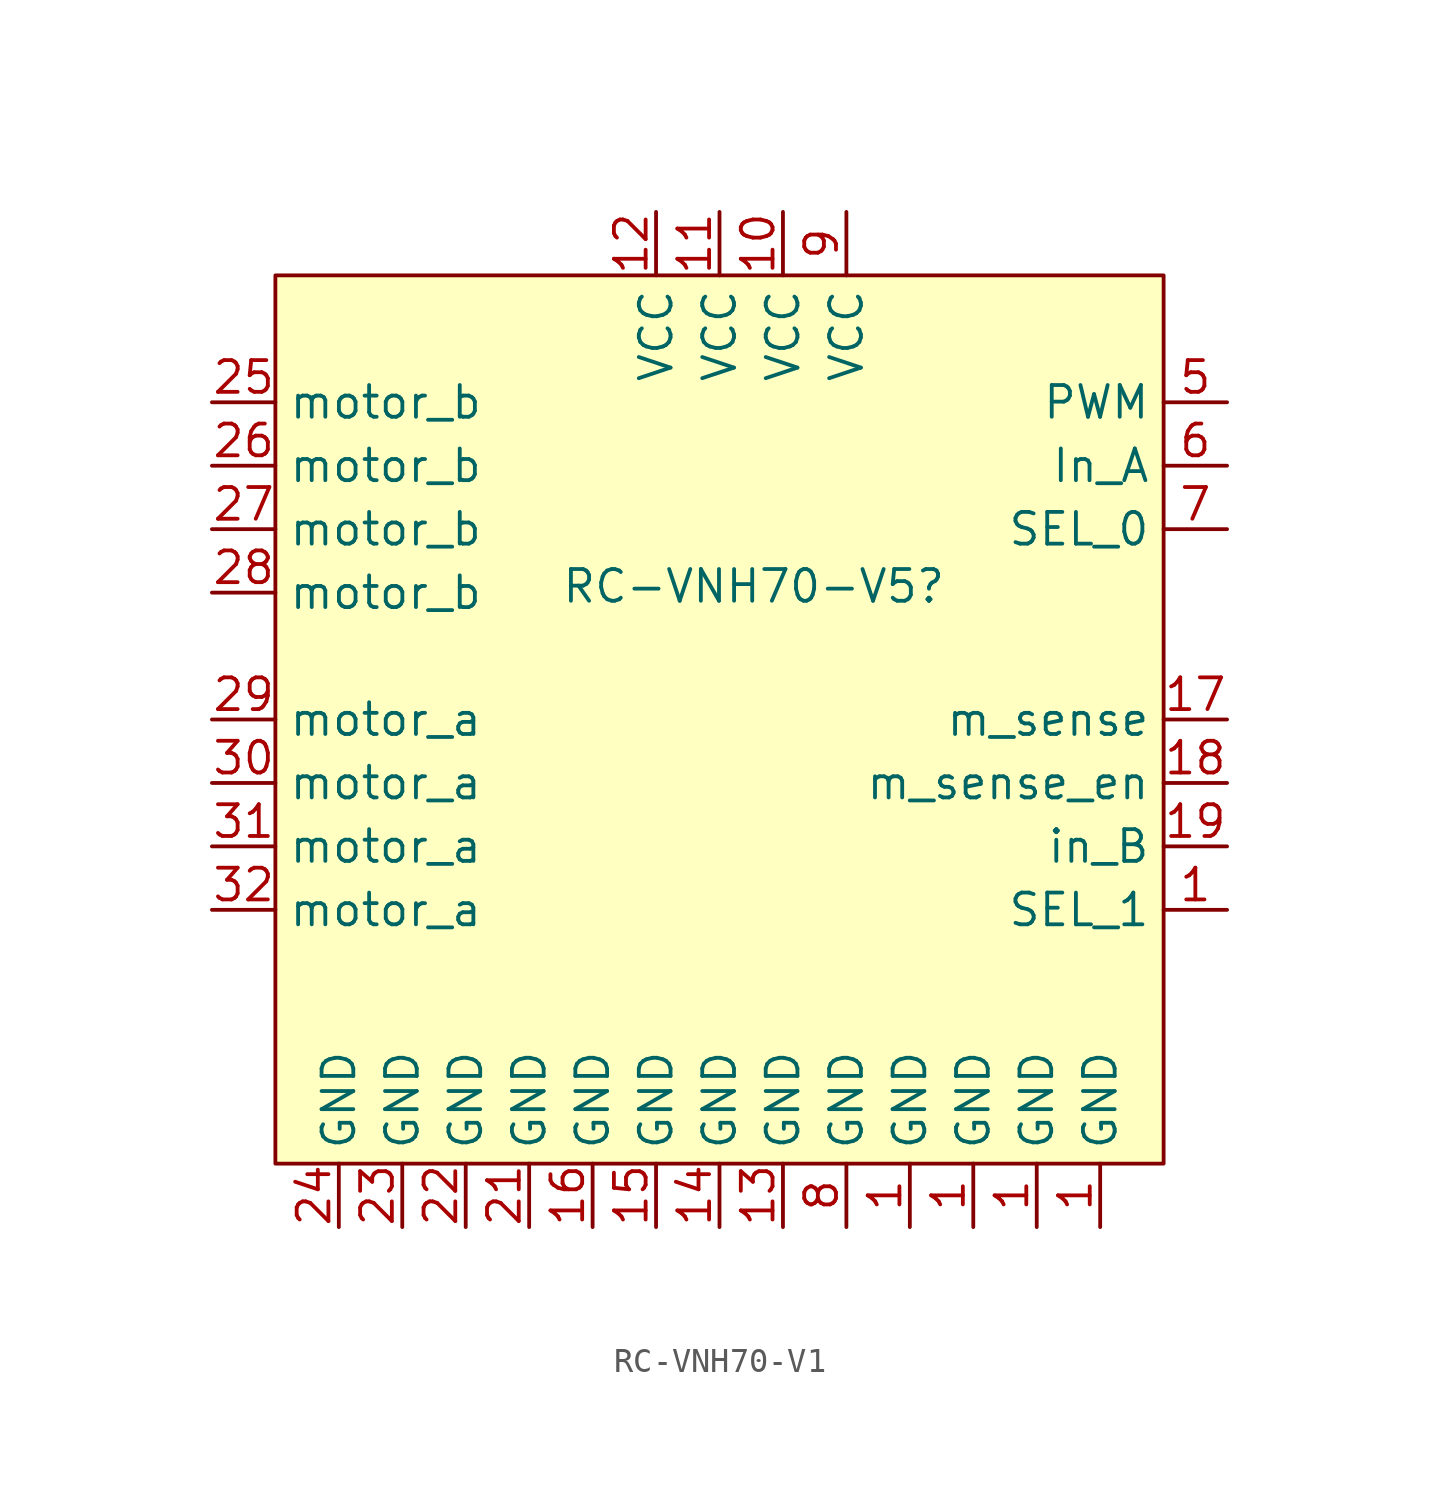
<source format=kicad_sym>
(kicad_symbol_lib
  (version 20241209)
  (generator "kicad_symbol_editor")
  (generator_version "9.0")
  (symbol "RC-VNH70-V1"
    (property "Reference" "RC-VNH70-V5"
      (at -3.81 -4.826 0)
      (effects (font (size 1.27 1.27)) (justify left)))
    (symbol "RC-VNH70-V1_1_1"
      (rectangle (start -15.24 7.62) (end 20.32 -27.94) (stroke (width 0) (type solid)) (fill (type background)))
      (pin unspecified line (at -17.78 2.54 0) (length 2.54) (name "motor_b" (effects (font (size 1.27 1.27)))) (number "25" (effects (font (size 1.27 1.27)))))
      (pin unspecified line (at -17.78 0 0) (length 2.54) (name "motor_b" (effects (font (size 1.27 1.27)))) (number "26" (effects (font (size 1.27 1.27)))))
      (pin unspecified line (at -17.78 -2.54 0) (length 2.54) (name "motor_b" (effects (font (size 1.27 1.27)))) (number "27" (effects (font (size 1.27 1.27)))))
      (pin unspecified line (at -17.78 -5.08 0) (length 2.54) (name "motor_b" (effects (font (size 1.27 1.27)))) (number "28" (effects (font (size 1.27 1.27)))))
      (pin unspecified line (at -17.78 -10.16 0) (length 2.54) (name "motor_a" (effects (font (size 1.27 1.27)))) (number "29" (effects (font (size 1.27 1.27)))))
      (pin unspecified line (at -17.78 -12.7 0) (length 2.54) (name "motor_a" (effects (font (size 1.27 1.27)))) (number "30" (effects (font (size 1.27 1.27)))))
      (pin unspecified line (at -17.78 -15.24 0) (length 2.54) (name "motor_a" (effects (font (size 1.27 1.27)))) (number "31" (effects (font (size 1.27 1.27)))))
      (pin unspecified line (at -17.78 -17.78 0) (length 2.54) (name "motor_a" (effects (font (size 1.27 1.27)))) (number "32" (effects (font (size 1.27 1.27)))))
      (pin unspecified line (at -12.7 -30.48 90) (length 2.54) (name "GND" (effects (font (size 1.27 1.27)))) (number "24" (effects (font (size 1.27 1.27)))))
      (pin unspecified line (at -10.16 -30.48 90) (length 2.54) (name "GND" (effects (font (size 1.27 1.27)))) (number "23" (effects (font (size 1.27 1.27)))))
      (pin unspecified line (at -7.62 -30.48 90) (length 2.54) (name "GND" (effects (font (size 1.27 1.27)))) (number "22" (effects (font (size 1.27 1.27)))))
      (pin unspecified line (at -5.08 -30.48 90) (length 2.54) (name "GND" (effects (font (size 1.27 1.27)))) (number "21" (effects (font (size 1.27 1.27)))))
      (pin unspecified line (at -2.54 -30.48 90) (length 2.54) (name "GND" (effects (font (size 1.27 1.27)))) (number "16" (effects (font (size 1.27 1.27)))))
      (pin unspecified line (at 0 10.16 270) (length 2.54) (name "VCC" (effects (font (size 1.27 1.27)))) (number "12" (effects (font (size 1.27 1.27)))))
      (pin unspecified line (at 0 -30.48 90) (length 2.54) (name "GND" (effects (font (size 1.27 1.27)))) (number "15" (effects (font (size 1.27 1.27)))))
      (pin unspecified line (at 2.54 10.16 270) (length 2.54) (name "VCC" (effects (font (size 1.27 1.27)))) (number "11" (effects (font (size 1.27 1.27)))))
      (pin unspecified line (at 2.54 -30.48 90) (length 2.54) (name "GND" (effects (font (size 1.27 1.27)))) (number "14" (effects (font (size 1.27 1.27)))))
      (pin unspecified line (at 5.08 10.16 270) (length 2.54) (name "VCC" (effects (font (size 1.27 1.27)))) (number "10" (effects (font (size 1.27 1.27)))))
      (pin unspecified line (at 5.08 -30.48 90) (length 2.54) (name "GND" (effects (font (size 1.27 1.27)))) (number "13" (effects (font (size 1.27 1.27)))))
      (pin unspecified line (at 7.62 10.16 270) (length 2.54) (name "VCC" (effects (font (size 1.27 1.27)))) (number "9" (effects (font (size 1.27 1.27)))))
      (pin unspecified line (at 7.62 -30.48 90) (length 2.54) (name "GND" (effects (font (size 1.27 1.27)))) (number "8" (effects (font (size 1.27 1.27)))))
      (pin unspecified line (at 10.16 -30.48 90) (length 2.54) (name "GND" (effects (font (size 1.27 1.27)))) (number "1" (effects (font (size 1.27 1.27)))))
      (pin unspecified line (at 12.7 -30.48 90) (length 2.54) (name "GND" (effects (font (size 1.27 1.27)))) (number "1" (effects (font (size 1.27 1.27)))))
      (pin unspecified line (at 15.24 -30.48 90) (length 2.54) (name "GND" (effects (font (size 1.27 1.27)))) (number "1" (effects (font (size 1.27 1.27)))))
      (pin unspecified line (at 17.78 -30.48 90) (length 2.54) (name "GND" (effects (font (size 1.27 1.27)))) (number "1" (effects (font (size 1.27 1.27)))))
      (pin unspecified line (at 22.86 2.54 180) (length 2.54) (name "PWM" (effects (font (size 1.27 1.27)))) (number "5" (effects (font (size 1.27 1.27)))))
      (pin unspecified line (at 22.86 0 180) (length 2.54) (name "In_A" (effects (font (size 1.27 1.27)))) (number "6" (effects (font (size 1.27 1.27)))))
      (pin unspecified line (at 22.86 -2.54 180) (length 2.54) (name "SEL_0" (effects (font (size 1.27 1.27)))) (number "7" (effects (font (size 1.27 1.27)))))
      (pin unspecified line (at 22.86 -10.16 180) (length 2.54) (name "m_sense" (effects (font (size 1.27 1.27)))) (number "17" (effects (font (size 1.27 1.27)))))
      (pin unspecified line (at 22.86 -12.7 180) (length 2.54) (name "m_sense_en" (effects (font (size 1.27 1.27)))) (number "18" (effects (font (size 1.27 1.27)))))
      (pin unspecified line (at 22.86 -15.24 180) (length 2.54) (name "in_B" (effects (font (size 1.27 1.27)))) (number "19" (effects (font (size 1.27 1.27)))))
      (pin unspecified line (at 22.86 -17.78 180) (length 2.54) (name "SEL_1" (effects (font (size 1.27 1.27)))) (number "1" (effects (font (size 1.27 1.27))))))))
</source>
